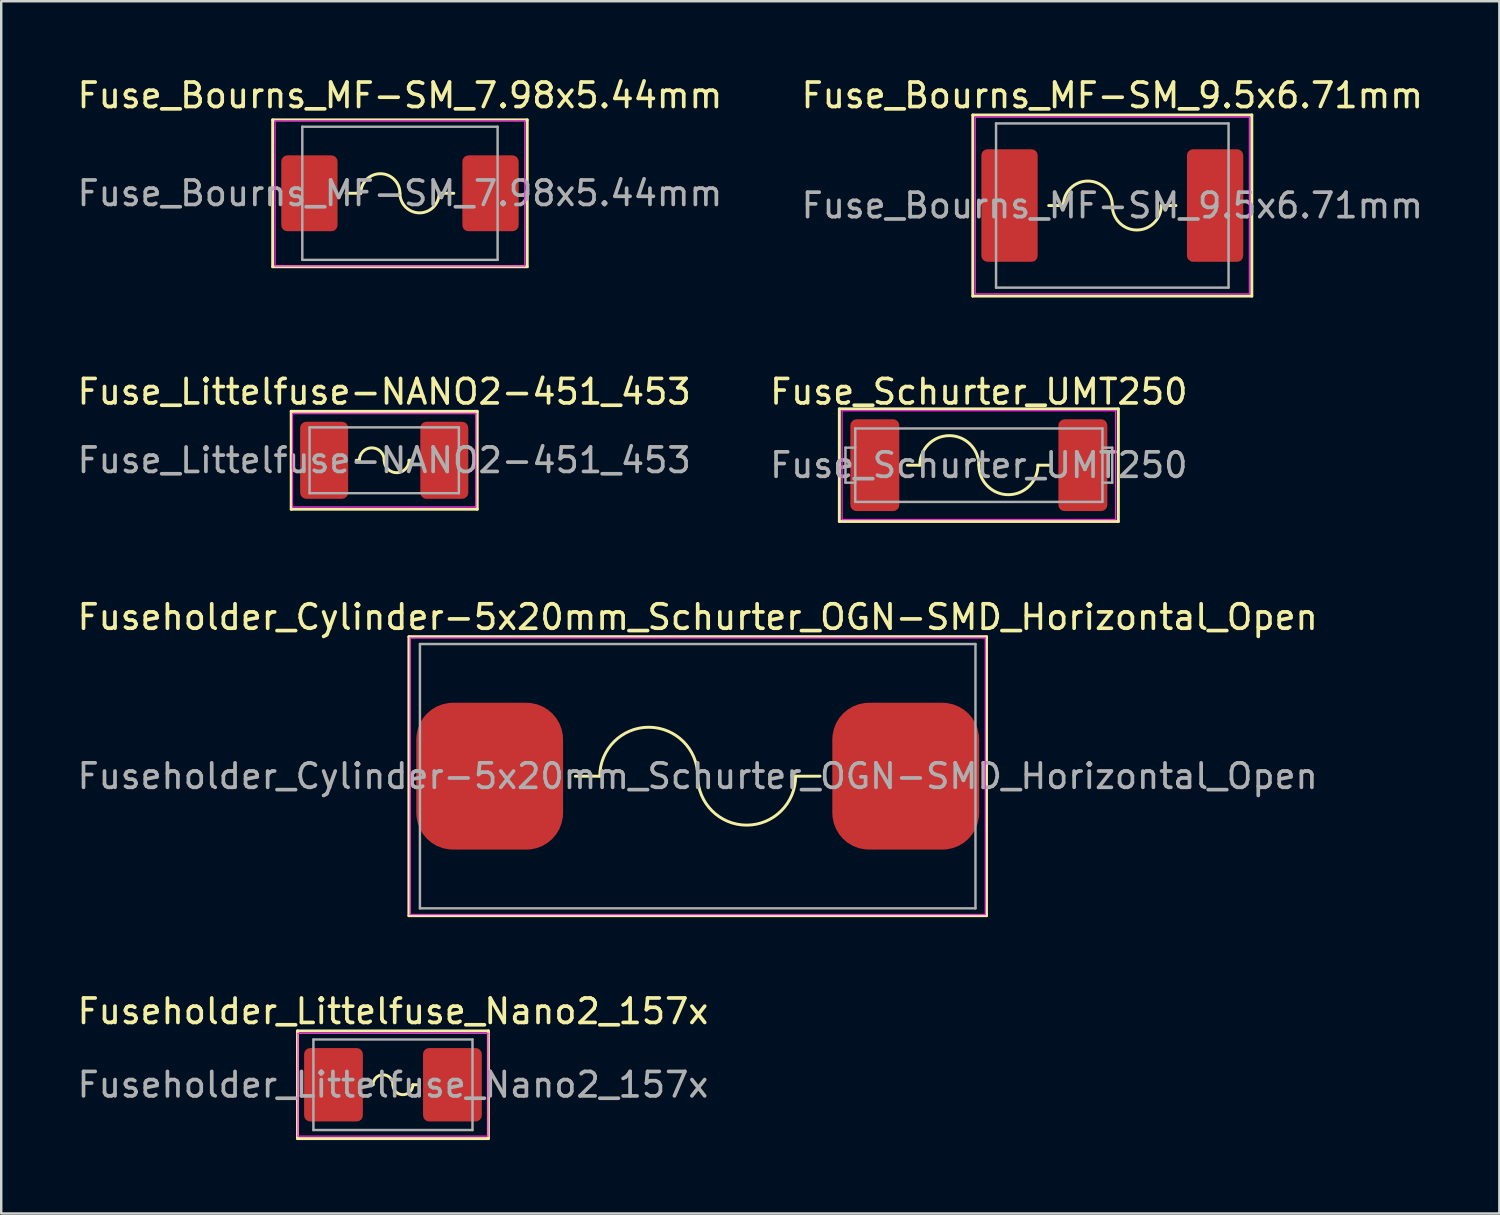
<source format=kicad_pcb>
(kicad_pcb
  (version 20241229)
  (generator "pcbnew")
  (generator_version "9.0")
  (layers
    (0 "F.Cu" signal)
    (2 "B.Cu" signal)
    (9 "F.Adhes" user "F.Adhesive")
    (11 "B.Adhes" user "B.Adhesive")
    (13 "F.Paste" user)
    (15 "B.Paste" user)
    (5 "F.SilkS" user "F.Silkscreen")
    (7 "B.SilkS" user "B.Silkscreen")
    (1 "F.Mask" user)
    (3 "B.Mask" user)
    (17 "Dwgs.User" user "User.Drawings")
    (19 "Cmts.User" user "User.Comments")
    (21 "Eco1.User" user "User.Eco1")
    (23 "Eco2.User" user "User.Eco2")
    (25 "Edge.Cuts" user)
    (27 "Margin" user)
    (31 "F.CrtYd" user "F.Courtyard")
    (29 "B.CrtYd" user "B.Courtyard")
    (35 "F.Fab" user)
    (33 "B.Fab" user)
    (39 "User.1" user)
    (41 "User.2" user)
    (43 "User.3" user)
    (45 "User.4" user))
  (footprint "Fuseholder_Littelfuse_Nano2_157x"
    (layer "F.Cu")
    (at 13.006 41.273)
    (property "Reference" "Fuseholder_Littelfuse_Nano2_157x" (at 0 -3 0) (layer "F.SilkS") (effects (font (size 1 1) (thickness 0.15))))
    (attr smd)
    (fp_line (start -3.9 -2.2) (end -3.9 2.2) (stroke (width 0.12) (type solid)) (layer "F.SilkS"))
    (fp_line (start -3.9 2.2) (end 3.9 2.2) (stroke (width 0.12) (type solid)) (layer "F.SilkS"))
    (fp_line (start -0.813 0) (end -0.965 0) (stroke (width 0.12) (type solid)) (layer "F.SilkS"))
    (fp_line (start 0.813 0) (end 0.965 0) (stroke (width 0.12) (type solid)) (layer "F.SilkS"))
    (fp_line (start 3.9 -2.2) (end -3.9 -2.2) (stroke (width 0.12) (type solid)) (layer "F.SilkS"))
    (fp_line (start 3.9 2.2) (end 3.9 -2.2) (stroke (width 0.12) (type solid)) (layer "F.SilkS"))
    (fp_arc (start -0.8128 0) (mid -0.4064 -0.4064) (end 0 0) (stroke (width 0.12) (type solid)) (layer "F.SilkS"))
    (fp_arc (start 0.8128 0) (mid 0.4064 0.4064) (end 0 0) (stroke (width 0.12) (type solid)) (layer "F.SilkS"))
    (fp_line (start -3.88 -2.1) (end -3.88 2.1) (stroke (width 0.05) (type solid)) (layer "F.CrtYd"))
    (fp_line (start -3.88 -2.1) (end 3.88 -2.1) (stroke (width 0.05) (type solid)) (layer "F.CrtYd"))
    (fp_line (start -3.88 2.1) (end 3.88 2.1) (stroke (width 0.05) (type solid)) (layer "F.CrtYd"))
    (fp_line (start 3.88 -2.1) (end 3.88 2.1) (stroke (width 0.05) (type solid)) (layer "F.CrtYd"))
    (fp_line (start -3.25 -1.85) (end -3.25 1.85) (stroke (width 0.1) (type solid)) (layer "F.Fab"))
    (fp_line (start -3.25 -1.85) (end 3.25 -1.85) (stroke (width 0.1) (type solid)) (layer "F.Fab"))
    (fp_line (start -3.25 1.85) (end 3.25 1.85) (stroke (width 0.1) (type solid)) (layer "F.Fab"))
    (fp_line (start 3.25 -1.85) (end 3.25 1.85) (stroke (width 0.1) (type solid)) (layer "F.Fab"))
    (fp_text user "${REFERENCE}" (at 0 0 0) (layer "F.Fab") (effects (font (size 1 1) (thickness 0.15))))
    (pad "1" smd roundrect (at -2.43 0) (size 2.4 3) (layers "F.Cu" "F.Mask" "F.Paste") (roundrect_rratio 0.104))
    (pad "2" smd roundrect (at 2.43 0) (size 2.4 3) (layers "F.Cu" "F.Mask" "F.Paste") (roundrect_rratio 0.104)))
  (footprint "Fuse_Bourns_MF-SM_7.98x5.44mm"
    (layer "F.Cu")
    (at 13.292 4.848)
    (property "Reference" "Fuse_Bourns_MF-SM_7.98x5.44mm" (at 0 -4 0) (layer "F.SilkS") (effects (font (size 1 1) (thickness 0.15))))
    (attr smd)
    (fp_line (start -5.2 -3) (end 5.2 -3) (stroke (width 0.12) (type solid)) (layer "F.SilkS"))
    (fp_line (start -5.2 3) (end -5.2 -3) (stroke (width 0.12) (type solid)) (layer "F.SilkS"))
    (fp_line (start -2.2 0) (end -1.6 0) (stroke (width 0.12) (type solid)) (layer "F.SilkS"))
    (fp_line (start 1.8 0) (end 1.6 0) (stroke (width 0.12) (type solid)) (layer "F.SilkS"))
    (fp_line (start 2.2 0) (end 1.8 0) (stroke (width 0.12) (type solid)) (layer "F.SilkS"))
    (fp_line (start 5.2 -3) (end 5.2 3) (stroke (width 0.12) (type solid)) (layer "F.SilkS"))
    (fp_line (start 5.2 3) (end -5.2 3) (stroke (width 0.12) (type solid)) (layer "F.SilkS"))
    (fp_arc (start -1.6 0) (mid -0.8 -0.8) (end 0 0) (stroke (width 0.12) (type solid)) (layer "F.SilkS"))
    (fp_arc (start 1.6 0) (mid 0.8 0.8) (end 0 0) (stroke (width 0.12) (type solid)) (layer "F.SilkS"))
    (fp_line (start -5.1 -2.97) (end 5.1 -2.97) (stroke (width 0.05) (type solid)) (layer "F.CrtYd"))
    (fp_line (start -5.1 2.97) (end -5.1 -2.97) (stroke (width 0.05) (type solid)) (layer "F.CrtYd"))
    (fp_line (start 5.1 -2.97) (end 5.1 2.97) (stroke (width 0.05) (type solid)) (layer "F.CrtYd"))
    (fp_line (start 5.1 2.97) (end -5.1 2.97) (stroke (width 0.05) (type solid)) (layer "F.CrtYd"))
    (fp_line (start -3.99 -2.72) (end 3.99 -2.72) (stroke (width 0.1) (type solid)) (layer "F.Fab"))
    (fp_line (start -3.99 2.72) (end -3.99 -2.72) (stroke (width 0.1) (type solid)) (layer "F.Fab"))
    (fp_line (start 3.99 -2.72) (end 3.99 2.72) (stroke (width 0.1) (type solid)) (layer "F.Fab"))
    (fp_line (start 3.99 2.72) (end -3.99 2.72) (stroke (width 0.1) (type solid)) (layer "F.Fab"))
    (fp_text user "${REFERENCE}" (at 0 0 0) (layer "F.Fab") (effects (font (size 1 1) (thickness 0.15))))
    (pad "1" smd roundrect (at -3.7 0) (size 2.3 3.1) (layers "F.Cu" "F.Mask" "F.Paste") (roundrect_rratio 0.109))
    (pad "2" smd roundrect (at 3.7 0) (size 2.3 3.1) (layers "F.Cu" "F.Mask" "F.Paste") (roundrect_rratio 0.109)))
  (footprint "Fuseholder_Cylinder-5x20mm_Schurter_OGN-SMD_Horizontal_Open"
    (layer "F.Cu")
    (at 25.458 28.665)
    (property "Reference" "Fuseholder_Cylinder-5x20mm_Schurter_OGN-SMD_Horizontal_Open" (at 0 -6.5 0) (layer "F.SilkS") (effects (font (size 1 1) (thickness 0.15))))
    (attr smd)
    (fp_line (start -11.8 -5.7) (end -11.8 5.7) (stroke (width 0.12) (type solid)) (layer "F.SilkS"))
    (fp_line (start -11.8 5.7) (end 11.8 5.7) (stroke (width 0.12) (type solid)) (layer "F.SilkS"))
    (fp_line (start -5 0) (end -4 0) (stroke (width 0.12) (type solid)) (layer "F.SilkS"))
    (fp_line (start 5 0) (end 4 0) (stroke (width 0.12) (type solid)) (layer "F.SilkS"))
    (fp_line (start 11.8 -5.7) (end -11.8 -5.7) (stroke (width 0.12) (type solid)) (layer "F.SilkS"))
    (fp_line (start 11.8 5.7) (end 11.8 -5.7) (stroke (width 0.12) (type solid)) (layer "F.SilkS"))
    (fp_arc (start -4 0) (mid -2 -2) (end 0 0) (stroke (width 0.12) (type solid)) (layer "F.SilkS"))
    (fp_arc (start 4 0) (mid 2 2) (end 0 0) (stroke (width 0.12) (type solid)) (layer "F.SilkS"))
    (fp_line (start -11.75 -5.65) (end 11.75 -5.65) (stroke (width 0.05) (type solid)) (layer "F.CrtYd"))
    (fp_line (start -11.75 5.65) (end -11.75 -5.65) (stroke (width 0.05) (type solid)) (layer "F.CrtYd"))
    (fp_line (start 11.75 5.65) (end -11.75 5.65) (stroke (width 0.05) (type solid)) (layer "F.CrtYd"))
    (fp_line (start 11.75 5.65) (end 11.75 -5.65) (stroke (width 0.05) (type solid)) (layer "F.CrtYd"))
    (fp_line (start -11.35 -5.4) (end -11.35 5.4) (stroke (width 0.1) (type solid)) (layer "F.Fab"))
    (fp_line (start -11.35 -5.4) (end 11.35 -5.4) (stroke (width 0.1) (type solid)) (layer "F.Fab"))
    (fp_line (start 11.35 -5.4) (end 11.35 5.4) (stroke (width 0.1) (type solid)) (layer "F.Fab"))
    (fp_line (start 11.35 5.4) (end -11.35 5.4) (stroke (width 0.1) (type solid)) (layer "F.Fab"))
    (fp_text user "${REFERENCE}" (at 0 0 0) (layer "F.Fab") (effects (font (size 1 1) (thickness 0.15))))
    (pad "1" smd roundrect (at -8.5 0) (size 6 6) (layers "F.Cu" "F.Mask" "F.Paste") (roundrect_rratio 0.25))
    (pad "2" smd roundrect (at 8.5 0) (size 6 6) (layers "F.Cu" "F.Mask" "F.Paste") (roundrect_rratio 0.25)))
  (footprint "Fuse_Bourns_MF-SM_9.5x6.71mm"
    (layer "F.Cu")
    (at 42.399 5.348)
    (property "Reference" "Fuse_Bourns_MF-SM_9.5x6.71mm" (at 0 -4.5 0) (layer "F.SilkS") (effects (font (size 1 1) (thickness 0.15))))
    (attr smd)
    (fp_line (start -5.7 -3.7) (end -5.7 3.7) (stroke (width 0.12) (type solid)) (layer "F.SilkS"))
    (fp_line (start -5.7 3.7) (end 5.7 3.7) (stroke (width 0.12) (type solid)) (layer "F.SilkS"))
    (fp_line (start -2.6 0) (end -2 0) (stroke (width 0.12) (type solid)) (layer "F.SilkS"))
    (fp_line (start 2.6 0) (end 2 0) (stroke (width 0.12) (type solid)) (layer "F.SilkS"))
    (fp_line (start 5.7 -3.7) (end -5.7 -3.7) (stroke (width 0.12) (type solid)) (layer "F.SilkS"))
    (fp_line (start 5.7 3.7) (end 5.7 -3.7) (stroke (width 0.12) (type solid)) (layer "F.SilkS"))
    (fp_arc (start -2 0) (mid -1 -1) (end 0 0) (stroke (width 0.12) (type solid)) (layer "F.SilkS"))
    (fp_arc (start 2 0) (mid 1 1) (end 0 0) (stroke (width 0.12) (type solid)) (layer "F.SilkS"))
    (fp_line (start -5.6 -3.61) (end 5.6 -3.61) (stroke (width 0.05) (type solid)) (layer "F.CrtYd"))
    (fp_line (start -5.6 3.61) (end -5.6 -3.61) (stroke (width 0.05) (type solid)) (layer "F.CrtYd"))
    (fp_line (start 5.6 -3.61) (end 5.6 3.61) (stroke (width 0.05) (type solid)) (layer "F.CrtYd"))
    (fp_line (start 5.6 3.61) (end -5.6 3.61) (stroke (width 0.05) (type solid)) (layer "F.CrtYd"))
    (fp_line (start -4.75 -3.355) (end 4.75 -3.355) (stroke (width 0.1) (type solid)) (layer "F.Fab"))
    (fp_line (start -4.75 3.355) (end -4.75 -3.355) (stroke (width 0.1) (type solid)) (layer "F.Fab"))
    (fp_line (start 4.75 -3.355) (end 4.75 3.355) (stroke (width 0.1) (type solid)) (layer "F.Fab"))
    (fp_line (start 4.75 3.355) (end -4.75 3.355) (stroke (width 0.1) (type solid)) (layer "F.Fab"))
    (fp_text user "${REFERENCE}" (at 0 0 0) (layer "F.Fab") (effects (font (size 1 1) (thickness 0.15))))
    (pad "1" smd roundrect (at -4.2 0) (size 2.3 4.6) (layers "F.Cu" "F.Mask" "F.Paste") (roundrect_rratio 0.109))
    (pad "2" smd roundrect (at 4.2 0) (size 2.3 4.6) (layers "F.Cu" "F.Mask" "F.Paste") (roundrect_rratio 0.109)))
  (footprint "Fuse_Schurter_UMT250"
    (layer "F.Cu")
    (at 36.946 15.957)
    (property "Reference" "Fuse_Schurter_UMT250" (at 0 -3 0) (layer "F.SilkS") (effects (font (size 1 1) (thickness 0.15))))
    (attr smd)
    (fp_line (start -5.7 -2.3) (end -5.7 2.3) (stroke (width 0.12) (type solid)) (layer "F.SilkS"))
    (fp_line (start -5.7 2.3) (end 5.7 2.3) (stroke (width 0.12) (type solid)) (layer "F.SilkS"))
    (fp_line (start -2.413 0) (end -2.921 0) (stroke (width 0.12) (type solid)) (layer "F.SilkS"))
    (fp_line (start 2.413 0) (end 2.921 0) (stroke (width 0.12) (type solid)) (layer "F.SilkS"))
    (fp_line (start 5.7 -2.3) (end -5.7 -2.3) (stroke (width 0.12) (type solid)) (layer "F.SilkS"))
    (fp_line (start 5.7 2.3) (end 5.7 -2.3) (stroke (width 0.12) (type solid)) (layer "F.SilkS"))
    (fp_arc (start -2.413 0) (mid -1.2065 -1.2065) (end 0 0) (stroke (width 0.12) (type solid)) (layer "F.SilkS"))
    (fp_arc (start 2.413 0) (mid 1.2065 1.2065) (end 0 0) (stroke (width 0.12) (type solid)) (layer "F.SilkS"))
    (fp_line (start -5.588 -2.223) (end 5.588 -2.223) (stroke (width 0.05) (type solid)) (layer "F.CrtYd"))
    (fp_line (start -5.588 2.223) (end -5.588 -2.223) (stroke (width 0.05) (type solid)) (layer "F.CrtYd"))
    (fp_line (start 5.588 -2.223) (end 5.588 2.223) (stroke (width 0.05) (type solid)) (layer "F.CrtYd"))
    (fp_line (start 5.588 2.223) (end -5.588 2.223) (stroke (width 0.05) (type solid)) (layer "F.CrtYd"))
    (fp_line (start -5.45 0.715) (end -5.45 -0.715) (stroke (width 0.1) (type solid)) (layer "F.Fab"))
    (fp_line (start -5.05 -1.5) (end 5.05 -1.5) (stroke (width 0.1) (type solid)) (layer "F.Fab"))
    (fp_line (start -5.05 -0.715) (end -5.45 -0.715) (stroke (width 0.1) (type solid)) (layer "F.Fab"))
    (fp_line (start -5.05 0.715) (end -5.45 0.715) (stroke (width 0.1) (type solid)) (layer "F.Fab"))
    (fp_line (start -5.05 1.5) (end -5.05 -1.5) (stroke (width 0.1) (type solid)) (layer "F.Fab"))
    (fp_line (start 5.05 -1.5) (end 5.05 1.5) (stroke (width 0.1) (type solid)) (layer "F.Fab"))
    (fp_line (start 5.05 -0.715) (end 5.45 -0.715) (stroke (width 0.1) (type solid)) (layer "F.Fab"))
    (fp_line (start 5.05 0.715) (end 5.45 0.715) (stroke (width 0.1) (type solid)) (layer "F.Fab"))
    (fp_line (start 5.05 1.5) (end -5.05 1.5) (stroke (width 0.1) (type solid)) (layer "F.Fab"))
    (fp_line (start 5.45 -0.715) (end 5.45 0.715) (stroke (width 0.1) (type solid)) (layer "F.Fab"))
    (fp_text user "${REFERENCE}" (at 0 0 0) (layer "F.Fab") (effects (font (size 1 1) (thickness 0.15))))
    (pad "1" smd roundrect (at -4.25 0) (size 2 3.75) (layers "F.Cu" "F.Mask" "F.Paste") (roundrect_rratio 0.125))
    (pad "2" smd roundrect (at 4.25 0) (size 2 3.75) (layers "F.Cu" "F.Mask" "F.Paste") (roundrect_rratio 0.125)))
  (footprint "Fuse_Littelfuse-NANO2-451_453"
    (layer "F.Cu")
    (at 12.649 15.757)
    (property "Reference" "Fuse_Littelfuse-NANO2-451_453" (at 0 -2.8 0) (unlocked yes) (layer "F.SilkS") (effects (font (size 1 1) (thickness 0.15))))
    (attr smd)
    (fp_line (start -3.8 -2) (end -3.8 2) (stroke (width 0.12) (type solid)) (layer "F.SilkS"))
    (fp_line (start -3.8 2) (end 3.8 2) (stroke (width 0.12) (type solid)) (layer "F.SilkS"))
    (fp_line (start -1.016 0) (end -1.143 0) (stroke (width 0.12) (type solid)) (layer "F.SilkS"))
    (fp_line (start 1.143 0) (end 1.016 0) (stroke (width 0.12) (type solid)) (layer "F.SilkS"))
    (fp_line (start 3.8 -2) (end -3.8 -2) (stroke (width 0.12) (type solid)) (layer "F.SilkS"))
    (fp_line (start 3.8 2) (end 3.8 -2) (stroke (width 0.12) (type solid)) (layer "F.SilkS"))
    (fp_arc (start -1.016 0) (mid -0.508 -0.508) (end 0 0) (stroke (width 0.12) (type solid)) (layer "F.SilkS"))
    (fp_arc (start 1.016 0) (mid 0.508 0.508) (end 0 0) (stroke (width 0.12) (type solid)) (layer "F.SilkS"))
    (fp_line (start -3.747 -1.905) (end 3.747 -1.905) (stroke (width 0.05) (type solid)) (layer "F.CrtYd"))
    (fp_line (start -3.747 1.905) (end -3.747 -1.905) (stroke (width 0.05) (type solid)) (layer "F.CrtYd"))
    (fp_line (start 3.747 -1.905) (end 3.747 1.905) (stroke (width 0.05) (type solid)) (layer "F.CrtYd"))
    (fp_line (start 3.747 1.905) (end -3.747 1.905) (stroke (width 0.05) (type solid)) (layer "F.CrtYd"))
    (fp_line (start -3.05 -1.345) (end -3.05 1.345) (stroke (width 0.1) (type solid)) (layer "F.Fab"))
    (fp_line (start -3.05 -1.345) (end 3.05 -1.345) (stroke (width 0.1) (type solid)) (layer "F.Fab"))
    (fp_line (start -3.05 1.345) (end 3.05 1.345) (stroke (width 0.1) (type solid)) (layer "F.Fab"))
    (fp_line (start 3.05 1.345) (end 3.05 -1.345) (stroke (width 0.1) (type solid)) (layer "F.Fab"))
    (fp_text user "${REFERENCE}" (at 0 0 0) (layer "F.Fab") (effects (font (size 1 1) (thickness 0.15))))
    (pad "1" smd roundrect (at -2.455 0) (size 1.96 3.15) (layers "F.Cu" "F.Mask" "F.Paste") (roundrect_rratio 0.128))
    (pad "2" smd roundrect (at 2.455 0) (size 1.96 3.15) (layers "F.Cu" "F.Mask" "F.Paste") (roundrect_rratio 0.128)))
  (gr_rect
    (start -3 -3)
    (end 58.214 46.533)
    (stroke (width 0.1) (type default))
    (fill no)
    (layer "Edge.Cuts")))
</source>
